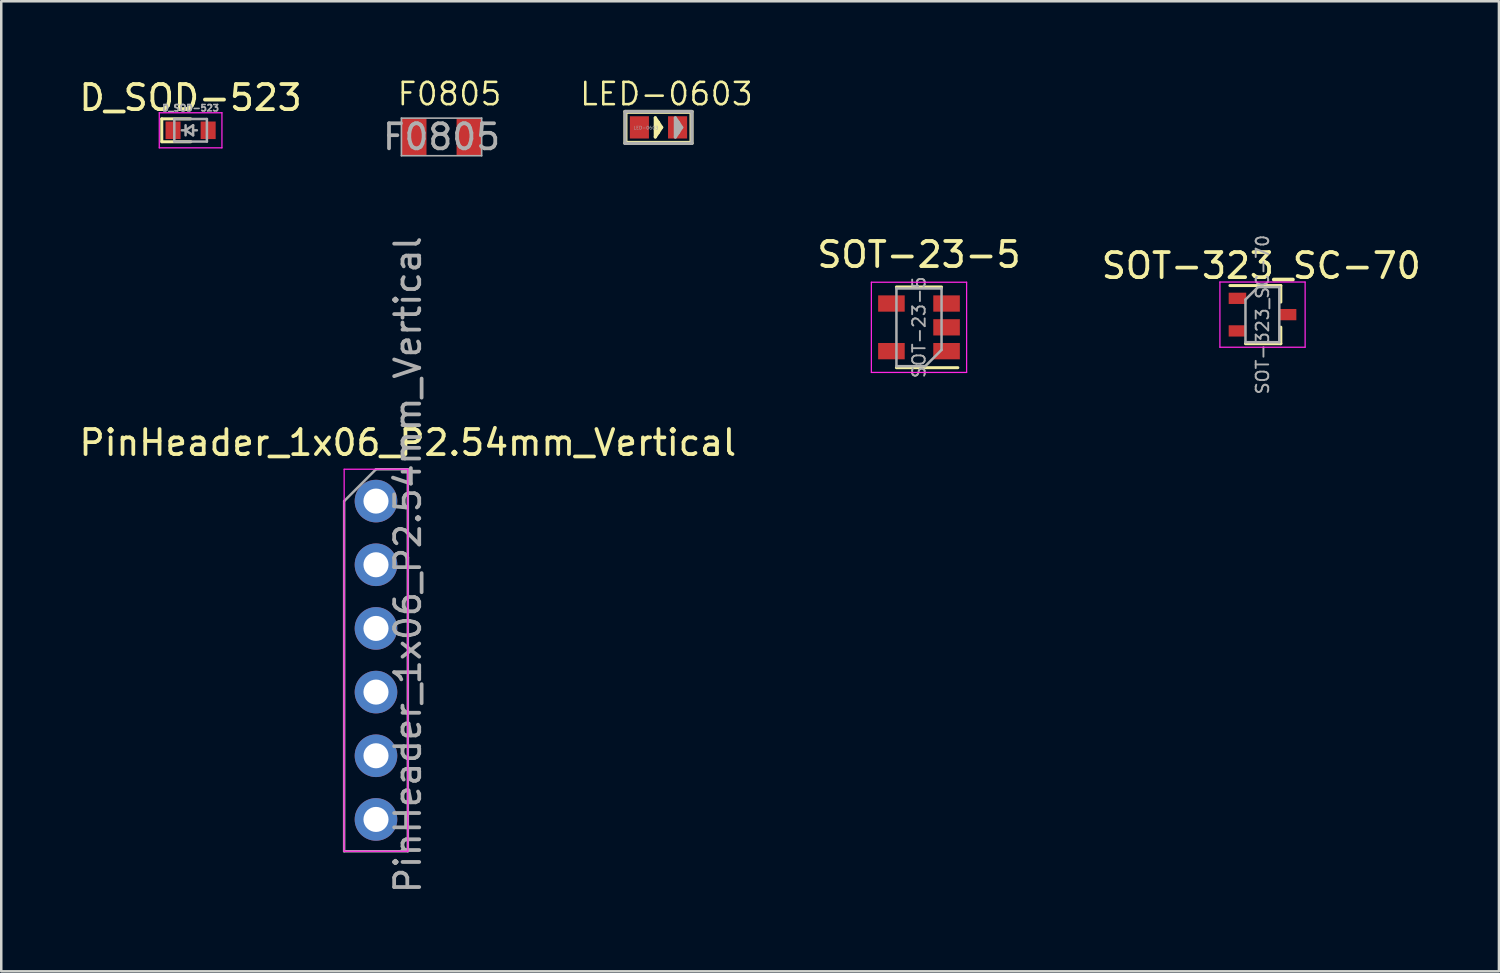
<source format=kicad_pcb>
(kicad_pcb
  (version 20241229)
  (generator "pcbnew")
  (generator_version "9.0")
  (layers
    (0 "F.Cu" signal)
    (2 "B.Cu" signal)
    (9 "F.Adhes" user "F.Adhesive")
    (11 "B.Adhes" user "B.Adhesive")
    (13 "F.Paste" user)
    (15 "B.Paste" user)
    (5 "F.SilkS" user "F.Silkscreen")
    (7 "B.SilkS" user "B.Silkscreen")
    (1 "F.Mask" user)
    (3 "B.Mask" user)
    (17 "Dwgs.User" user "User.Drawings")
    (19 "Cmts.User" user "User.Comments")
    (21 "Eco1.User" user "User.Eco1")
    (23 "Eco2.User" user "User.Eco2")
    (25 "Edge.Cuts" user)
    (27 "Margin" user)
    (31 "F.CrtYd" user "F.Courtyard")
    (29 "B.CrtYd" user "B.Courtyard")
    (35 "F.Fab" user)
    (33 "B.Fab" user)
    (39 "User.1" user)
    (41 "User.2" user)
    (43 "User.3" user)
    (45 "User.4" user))
  (footprint "SOT-23-5"
    (layer "F.Cu")
    (at 33.613 10.009)
    (property "Reference" "SOT-23-5" (at 0 -2.9 0) (layer "F.SilkS") (effects (font (size 1 1) (thickness 0.15))))
    (attr smd)
    (fp_line (start -0.9 1.61) (end 1.55 1.61) (stroke (width 0.12) (type solid)) (layer "F.SilkS"))
    (fp_line (start 0.9 -1.61) (end -0.9 -1.61) (stroke (width 0.12) (type solid)) (layer "F.SilkS"))
    (fp_line (start -1.9 -1.8) (end 1.9 -1.8) (stroke (width 0.05) (type solid)) (layer "F.CrtYd"))
    (fp_line (start -1.9 1.8) (end -1.9 -1.8) (stroke (width 0.05) (type solid)) (layer "F.CrtYd"))
    (fp_line (start 1.9 -1.8) (end 1.9 1.8) (stroke (width 0.05) (type solid)) (layer "F.CrtYd"))
    (fp_line (start 1.9 1.8) (end -1.9 1.8) (stroke (width 0.05) (type solid)) (layer "F.CrtYd"))
    (fp_line (start -0.9 -1.55) (end 0.9 -1.55) (stroke (width 0.1) (type solid)) (layer "F.Fab"))
    (fp_line (start -0.9 1.55) (end -0.9 -1.55) (stroke (width 0.1) (type solid)) (layer "F.Fab"))
    (fp_line (start -0.9 1.55) (end 0.25 1.55) (stroke (width 0.1) (type solid)) (layer "F.Fab"))
    (fp_line (start 0.9 0.9) (end 0.25 1.55) (stroke (width 0.1) (type solid)) (layer "F.Fab"))
    (fp_line (start 0.9 0.9) (end 0.9 -1.55) (stroke (width 0.1) (type solid)) (layer "F.Fab"))
    (fp_text user "${REFERENCE}" (at 0 0 270) (layer "F.Fab") (effects (font (size 0.5 0.5) (thickness 0.075))))
    (pad "1" smd rect (at 1.1 0.95 180) (size 1.06 0.65) (layers "F.Cu" "F.Mask" "F.Paste"))
    (pad "2" smd rect (at 1.1 0 180) (size 1.06 0.65) (layers "F.Cu" "F.Mask" "F.Paste"))
    (pad "3" smd rect (at 1.1 -0.95 180) (size 1.06 0.65) (layers "F.Cu" "F.Mask" "F.Paste"))
    (pad "4" smd rect (at -1.1 -0.95 180) (size 1.06 0.65) (layers "F.Cu" "F.Mask" "F.Paste"))
    (pad "5" smd rect (at -1.1 0.95 180) (size 1.06 0.65) (layers "F.Cu" "F.Mask" "F.Paste")))
  (footprint "PinHeader_1x06_P2.54mm_Vertical"
    (layer "F.Cu")
    (at 11.95 16.941)
    (property "Reference" "PinHeader_1x06_P2.54mm_Vertical" (at 1.27 -2.33 0) (layer "F.SilkS") (effects (font (size 1 1) (thickness 0.15))))
    (attr through_hole)
    (fp_line (start -1.27 -1.27) (end -1.27 13.97) (stroke (width 0.05) (type solid)) (layer "F.CrtYd"))
    (fp_line (start -1.27 13.97) (end 1.27 13.97) (stroke (width 0.05) (type solid)) (layer "F.CrtYd"))
    (fp_line (start 1.27 -1.27) (end -1.27 -1.27) (stroke (width 0.05) (type solid)) (layer "F.CrtYd"))
    (fp_line (start 1.27 13.97) (end 1.27 -1.27) (stroke (width 0.05) (type solid)) (layer "F.CrtYd"))
    (fp_line (start -1.27 0) (end 0 -1.27) (stroke (width 0.1) (type solid)) (layer "F.Fab"))
    (fp_line (start -1.27 13.97) (end -1.27 0) (stroke (width 0.1) (type solid)) (layer "F.Fab"))
    (fp_line (start 0 -1.27) (end 1.27 -1.27) (stroke (width 0.1) (type solid)) (layer "F.Fab"))
    (fp_line (start 1.27 -1.27) (end 1.27 13.97) (stroke (width 0.1) (type solid)) (layer "F.Fab"))
    (fp_line (start 1.27 13.97) (end -1.27 13.97) (stroke (width 0.1) (type solid)) (layer "F.Fab"))
    (fp_text user "${REFERENCE}" (at 1.27 2.54 90) (layer "F.Fab") (effects (font (size 1 1) (thickness 0.15))))
    (pad "1" thru_hole circle (at 0 0) (size 1.7 1.7) (drill 1) (layers "*.Cu" "*.Mask"))
    (pad "2" thru_hole oval (at 0 2.54) (size 1.7 1.7) (drill 1) (layers "*.Cu" "*.Mask"))
    (pad "3" thru_hole oval (at 0 5.08) (size 1.7 1.7) (drill 1) (layers "*.Cu" "*.Mask"))
    (pad "4" thru_hole circle (at 0 7.62) (size 1.7 1.7) (drill 1) (layers "*.Cu" "*.Mask"))
    (pad "5" thru_hole oval (at 0 10.16) (size 1.7 1.7) (drill 1) (layers "*.Cu" "*.Mask"))
    (pad "6" thru_hole oval (at 0 12.7) (size 1.7 1.7) (drill 1) (layers "*.Cu" "*.Mask")))
  (footprint "F0805"
    (layer "F.Cu")
    (at 14.565 2.413)
    (property "Reference" "F0805" (at 0.318 -1.714 0) (layer "F.SilkS") (effects (font (size 0.889 0.889) (thickness 0.102))))
    (attr smd)
    (fp_line (start -1.6 -0.75) (end 1.6 -0.75) (stroke (width 0.066) (type solid)) (layer "F.Fab"))
    (fp_line (start -1.6 0.75) (end -1.6 -0.75) (stroke (width 0.066) (type solid)) (layer "F.Fab"))
    (fp_line (start -1.6 0.75) (end 1.6 0.75) (stroke (width 0.066) (type solid)) (layer "F.Fab"))
    (fp_line (start 1.6 0.75) (end 1.6 -0.75) (stroke (width 0.066) (type solid)) (layer "F.Fab"))
    (fp_text user "${REFERENCE}" (at 0 0 0) (layer "F.Fab") (effects (font (size 1 1) (thickness 0.15))))
    (pad "1" smd rect (at -1.1 0) (size 1 1.5) (layers "F.Cu" "F.Mask" "F.Paste"))
    (pad "2" smd rect (at 1.1 0) (size 1 1.5) (layers "F.Cu" "F.Mask" "F.Paste")))
  (footprint "SOT-323_SC-70"
    (layer "F.Cu")
    (at 47.318 9.502)
    (property "Reference" "SOT-323_SC-70" (at -0.05 -1.95 0) (layer "F.SilkS") (effects (font (size 1 1) (thickness 0.15))))
    (attr smd)
    (fp_line (start -0.68 1.16) (end 0.73 1.16) (stroke (width 0.12) (type solid)) (layer "F.SilkS"))
    (fp_line (start 0.73 -1.16) (end -1.3 -1.16) (stroke (width 0.12) (type solid)) (layer "F.SilkS"))
    (fp_line (start 0.73 -1.16) (end 0.73 -0.5) (stroke (width 0.12) (type solid)) (layer "F.SilkS"))
    (fp_line (start 0.73 0.5) (end 0.73 1.16) (stroke (width 0.12) (type solid)) (layer "F.SilkS"))
    (fp_line (start -1.7 -1.3) (end 1.7 -1.3) (stroke (width 0.05) (type solid)) (layer "F.CrtYd"))
    (fp_line (start -1.7 1.3) (end -1.7 -1.3) (stroke (width 0.05) (type solid)) (layer "F.CrtYd"))
    (fp_line (start 1.7 -1.3) (end 1.7 1.3) (stroke (width 0.05) (type solid)) (layer "F.CrtYd"))
    (fp_line (start 1.7 1.3) (end -1.7 1.3) (stroke (width 0.05) (type solid)) (layer "F.CrtYd"))
    (fp_line (start -0.68 -0.6) (end -0.68 1.1) (stroke (width 0.1) (type solid)) (layer "F.Fab"))
    (fp_line (start -0.18 -1.1) (end -0.68 -0.6) (stroke (width 0.1) (type solid)) (layer "F.Fab"))
    (fp_line (start 0.67 -1.1) (end -0.18 -1.1) (stroke (width 0.1) (type solid)) (layer "F.Fab"))
    (fp_line (start 0.67 -1.1) (end 0.67 1.1) (stroke (width 0.1) (type solid)) (layer "F.Fab"))
    (fp_line (start 0.67 1.1) (end -0.68 1.1) (stroke (width 0.1) (type solid)) (layer "F.Fab"))
    (fp_text user "${REFERENCE}" (at 0 0 90) (layer "F.Fab") (effects (font (size 0.5 0.5) (thickness 0.075))))
    (pad "1" smd rect (at -1 -0.65 270) (size 0.45 0.7) (layers "F.Cu" "F.Mask" "F.Paste"))
    (pad "2" smd rect (at -1 0.65 270) (size 0.45 0.7) (layers "F.Cu" "F.Mask" "F.Paste"))
    (pad "3" smd rect (at 1 0 270) (size 0.45 0.7) (layers "F.Cu" "F.Mask" "F.Paste")))
  (footprint "D_SOD-523"
    (layer "F.Cu")
    (at 4.554 2.148)
    (property "Reference" "D_SOD-523" (at 0 -1.3 0) (layer "F.SilkS") (effects (font (size 1 1) (thickness 0.15))))
    (attr smd)
    (fp_line (start -1.15 -0.457) (end -1.15 0.457) (stroke (width 0.12) (type solid)) (layer "F.SilkS"))
    (fp_line (start 0 -0.457) (end -1.15 -0.457) (stroke (width 0.12) (type solid)) (layer "F.SilkS"))
    (fp_line (start 0.007 0.457) (end -1.143 0.457) (stroke (width 0.12) (type solid)) (layer "F.SilkS"))
    (fp_line (start -1.25 -0.7) (end 1.25 -0.7) (stroke (width 0.05) (type solid)) (layer "F.CrtYd"))
    (fp_line (start -1.25 0.7) (end -1.25 -0.7) (stroke (width 0.05) (type solid)) (layer "F.CrtYd"))
    (fp_line (start 1.25 -0.7) (end 1.25 0.7) (stroke (width 0.05) (type solid)) (layer "F.CrtYd"))
    (fp_line (start 1.25 0.7) (end -1.25 0.7) (stroke (width 0.05) (type solid)) (layer "F.CrtYd"))
    (fp_line (start -0.65 -0.45) (end 0.65 -0.45) (stroke (width 0.1) (type solid)) (layer "F.Fab"))
    (fp_line (start -0.65 0.45) (end -0.65 -0.45) (stroke (width 0.1) (type solid)) (layer "F.Fab"))
    (fp_line (start -0.2 0) (end -0.35 0) (stroke (width 0.1) (type solid)) (layer "F.Fab"))
    (fp_line (start -0.2 0) (end 0.1 0.2) (stroke (width 0.1) (type solid)) (layer "F.Fab"))
    (fp_line (start -0.2 0.2) (end -0.2 -0.2) (stroke (width 0.1) (type solid)) (layer "F.Fab"))
    (fp_line (start 0.1 -0.2) (end -0.2 0) (stroke (width 0.1) (type solid)) (layer "F.Fab"))
    (fp_line (start 0.1 0) (end 0.25 0) (stroke (width 0.1) (type solid)) (layer "F.Fab"))
    (fp_line (start 0.1 0.2) (end 0.1 -0.2) (stroke (width 0.1) (type solid)) (layer "F.Fab"))
    (fp_line (start 0.65 -0.45) (end 0.65 0.45) (stroke (width 0.1) (type solid)) (layer "F.Fab"))
    (fp_line (start 0.65 0.45) (end -0.65 0.45) (stroke (width 0.1) (type solid)) (layer "F.Fab"))
    (fp_text user "${REFERENCE}" (at 0 -0.889 180) (layer "F.Fab") (effects (font (size 0.254 0.254) (thickness 0.064))))
    (pad "+" smd rect (at 0.7 0) (size 0.6 0.7) (layers "F.Cu" "F.Mask" "F.Paste"))
    (pad "-" smd rect (at -0.7 0) (size 0.6 0.7) (layers "F.Cu" "F.Mask" "F.Paste")))
  (footprint "LED-0603"
    (layer "F.Cu")
    (at 23.22 2.032)
    (property "Reference" "LED-0603" (at 0.318 -1.333 0) (layer "F.SilkS") (effects (font (size 0.889 0.889) (thickness 0.102))))
    (attr smd)
    (fp_line (start -1.333 -0.635) (end 1.333 -0.635) (stroke (width 0.127) (type solid)) (layer "F.SilkS"))
    (fp_line (start -1.333 0.635) (end -1.333 -0.635) (stroke (width 0.127) (type solid)) (layer "F.SilkS"))
    (fp_line (start -1.27 -0.572) (end 1.27 -0.572) (stroke (width 0.066) (type solid)) (layer "F.SilkS"))
    (fp_line (start -1.27 0.572) (end -1.27 -0.572) (stroke (width 0.066) (type solid)) (layer "F.SilkS"))
    (fp_line (start -1.27 0.572) (end 1.27 0.572) (stroke (width 0.066) (type solid)) (layer "F.SilkS"))
    (fp_line (start -0.127 -0.381) (end -0.127 0.381) (stroke (width 0.127) (type solid)) (layer "F.SilkS"))
    (fp_line (start -0.127 0.381) (end 0 0.191) (stroke (width 0.127) (type solid)) (layer "F.SilkS"))
    (fp_line (start -0.064 -0.254) (end -0.064 0.254) (stroke (width 0.127) (type solid)) (layer "F.SilkS"))
    (fp_line (start 0 -0.191) (end -0.127 -0.381) (stroke (width 0.127) (type solid)) (layer "F.SilkS"))
    (fp_line (start 0 -0.191) (end 0 0.191) (stroke (width 0.127) (type solid)) (layer "F.SilkS"))
    (fp_line (start 0 0.191) (end 0.127 0) (stroke (width 0.127) (type solid)) (layer "F.SilkS"))
    (fp_line (start 0.127 0) (end 0 -0.191) (stroke (width 0.127) (type solid)) (layer "F.SilkS"))
    (fp_line (start 1.27 0.572) (end 1.27 -0.572) (stroke (width 0.066) (type solid)) (layer "F.SilkS"))
    (fp_line (start 1.333 -0.635) (end 1.333 0.635) (stroke (width 0.127) (type solid)) (layer "F.SilkS"))
    (fp_line (start 1.333 0.635) (end -1.333 0.635) (stroke (width 0.127) (type solid)) (layer "F.SilkS"))
    (fp_line (start -1.333 -0.632) (end 1.333 -0.632) (stroke (width 0.127) (type solid)) (layer "F.Fab"))
    (fp_line (start -1.333 0.638) (end -1.333 -0.632) (stroke (width 0.127) (type solid)) (layer "F.Fab"))
    (fp_line (start 0.673 -0.378) (end 0.673 0.384) (stroke (width 0.127) (type solid)) (layer "F.Fab"))
    (fp_line (start 0.673 0.384) (end 0.8 0.193) (stroke (width 0.127) (type solid)) (layer "F.Fab"))
    (fp_line (start 0.737 -0.251) (end 0.737 0.257) (stroke (width 0.127) (type solid)) (layer "F.Fab"))
    (fp_line (start 0.8 -0.188) (end 0.673 -0.378) (stroke (width 0.127) (type solid)) (layer "F.Fab"))
    (fp_line (start 0.8 -0.188) (end 0.8 0.193) (stroke (width 0.127) (type solid)) (layer "F.Fab"))
    (fp_line (start 0.8 0.193) (end 0.927 0.003) (stroke (width 0.127) (type solid)) (layer "F.Fab"))
    (fp_line (start 0.927 0.003) (end 0.8 -0.188) (stroke (width 0.127) (type solid)) (layer "F.Fab"))
    (fp_line (start 1.333 -0.632) (end 1.333 0.638) (stroke (width 0.127) (type solid)) (layer "F.Fab"))
    (fp_line (start 1.333 0.638) (end -1.333 0.638) (stroke (width 0.127) (type solid)) (layer "F.Fab"))
    (fp_text user "${REFERENCE}" (at -0.5 0.015 0) (layer "F.Fab") (effects (font (size 0.127 0.127) (thickness 0.015))))
    (pad "+" smd rect (at 0.762 0) (size 0.762 0.889) (layers "F.Cu" "F.Mask" "F.Paste"))
    (pad "-" smd rect (at -0.762 0) (size 0.762 0.889) (layers "F.Cu" "F.Mask" "F.Paste")))
  (gr_rect
    (start -3 -3)
    (end 56.75 35.702)
    (stroke (width 0.1) (type default))
    (fill no)
    (layer "Edge.Cuts")))
</source>
